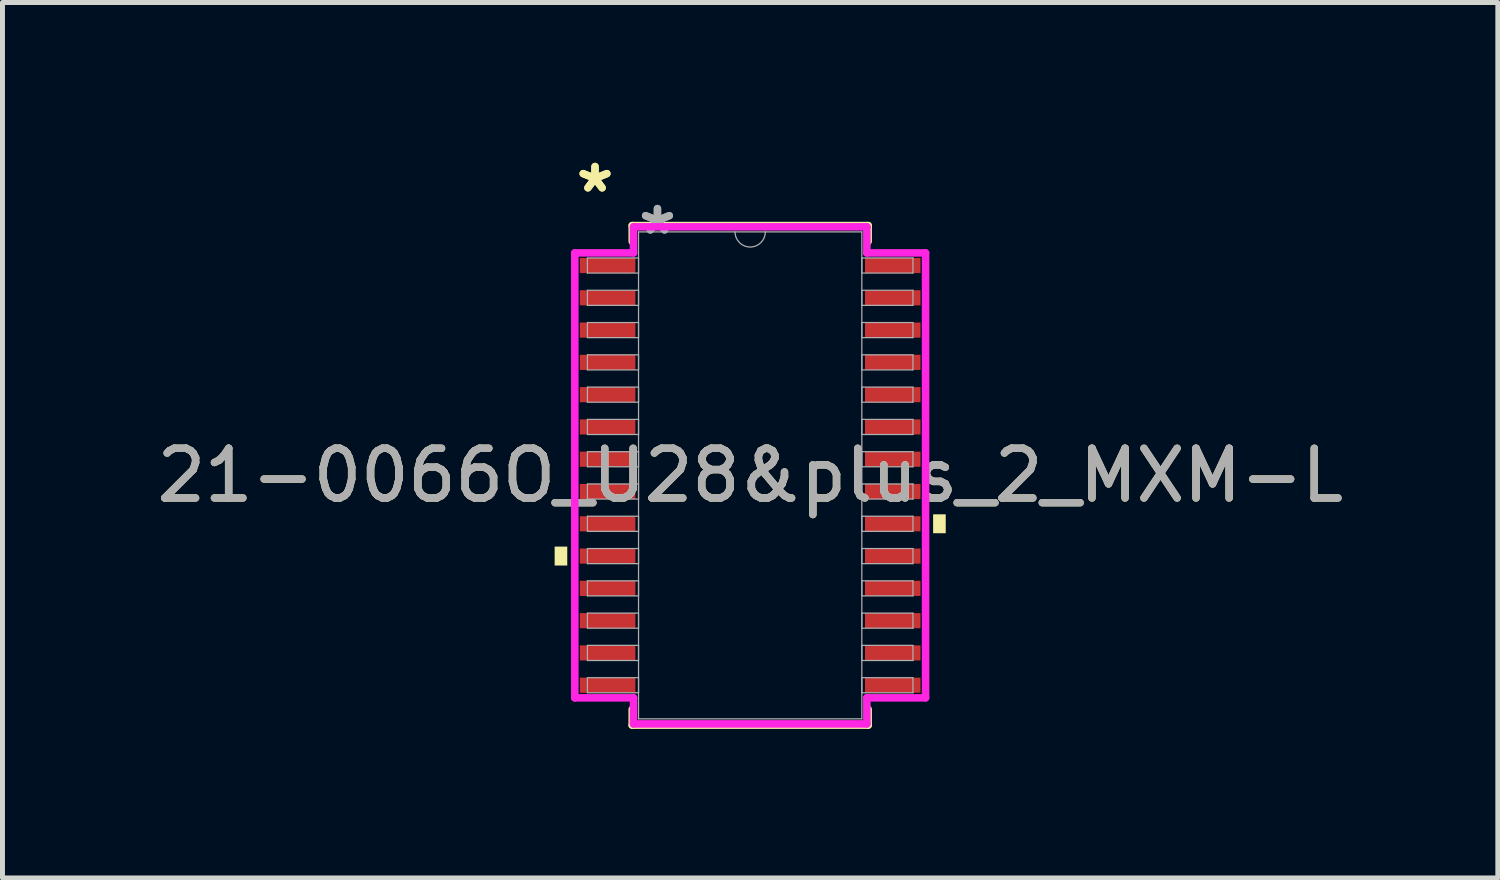
<source format=kicad_pcb>
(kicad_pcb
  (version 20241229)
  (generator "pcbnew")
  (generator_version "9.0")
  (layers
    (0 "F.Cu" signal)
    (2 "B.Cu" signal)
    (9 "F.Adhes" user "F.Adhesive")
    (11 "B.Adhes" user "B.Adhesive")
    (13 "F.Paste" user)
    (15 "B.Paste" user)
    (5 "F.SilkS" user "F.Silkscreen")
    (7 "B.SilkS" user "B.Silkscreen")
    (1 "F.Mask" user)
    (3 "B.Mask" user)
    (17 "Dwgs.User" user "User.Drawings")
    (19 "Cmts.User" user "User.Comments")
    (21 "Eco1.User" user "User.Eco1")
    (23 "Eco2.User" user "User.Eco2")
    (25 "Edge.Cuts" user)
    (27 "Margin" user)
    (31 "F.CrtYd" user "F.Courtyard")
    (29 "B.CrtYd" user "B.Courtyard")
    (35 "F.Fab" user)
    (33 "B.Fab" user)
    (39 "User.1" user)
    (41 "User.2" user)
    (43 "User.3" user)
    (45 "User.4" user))
  (footprint "21-0066O_U28&plus_2_MXM-L"
    (layer "F.Cu")
    (at 12.054 6.521)
    (property "Reference" "21-0066O_U28&plus_2_MXM-L" (at 0 0 0) (unlocked yes) (layer "F.SilkS") (effects (font (size 1 1) (thickness 0.15))))
    (attr smd)
    (fp_line (start -2.375 -5.029) (end -2.375 -4.71) (stroke (width 0.152) (type solid)) (layer "F.SilkS"))
    (fp_line (start -2.375 4.71) (end -2.375 5.029) (stroke (width 0.152) (type solid)) (layer "F.SilkS"))
    (fp_line (start -2.375 5.029) (end 2.375 5.029) (stroke (width 0.152) (type solid)) (layer "F.SilkS"))
    (fp_line (start 2.375 -5.029) (end -2.375 -5.029) (stroke (width 0.152) (type solid)) (layer "F.SilkS"))
    (fp_line (start 2.375 -4.71) (end 2.375 -5.029) (stroke (width 0.152) (type solid)) (layer "F.SilkS"))
    (fp_line (start 2.375 5.029) (end 2.375 4.71) (stroke (width 0.152) (type solid)) (layer "F.SilkS"))
    (fp_poly (pts (xy -3.937 1.434) (xy -3.937 1.815) (xy -3.683 1.815) (xy -3.683 1.434)) (stroke (width 0) (type solid)) (fill yes) (layer "F.SilkS"))
    (fp_poly (pts (xy 3.937 0.784) (xy 3.937 1.165) (xy 3.683 1.165) (xy 3.683 0.784)) (stroke (width 0) (type solid)) (fill yes) (layer "F.SilkS"))
    (fp_line (start -3.531 -4.479) (end -2.349 -4.479) (stroke (width 0.152) (type solid)) (layer "F.CrtYd"))
    (fp_line (start -3.531 4.479) (end -3.531 -4.479) (stroke (width 0.152) (type solid)) (layer "F.CrtYd"))
    (fp_line (start -3.531 4.479) (end -2.349 4.479) (stroke (width 0.152) (type solid)) (layer "F.CrtYd"))
    (fp_line (start -2.349 -5.004) (end 2.349 -5.004) (stroke (width 0.152) (type solid)) (layer "F.CrtYd"))
    (fp_line (start -2.349 -4.479) (end -2.349 -5.004) (stroke (width 0.152) (type solid)) (layer "F.CrtYd"))
    (fp_line (start -2.349 5.004) (end -2.349 4.479) (stroke (width 0.152) (type solid)) (layer "F.CrtYd"))
    (fp_line (start 2.349 -5.004) (end 2.349 -4.479) (stroke (width 0.152) (type solid)) (layer "F.CrtYd"))
    (fp_line (start 2.349 4.479) (end 2.349 5.004) (stroke (width 0.152) (type solid)) (layer "F.CrtYd"))
    (fp_line (start 2.349 5.004) (end -2.349 5.004) (stroke (width 0.152) (type solid)) (layer "F.CrtYd"))
    (fp_line (start 3.531 -4.479) (end 2.349 -4.479) (stroke (width 0.152) (type solid)) (layer "F.CrtYd"))
    (fp_line (start 3.531 -4.479) (end 3.531 4.479) (stroke (width 0.152) (type solid)) (layer "F.CrtYd"))
    (fp_line (start 3.531 4.479) (end 2.349 4.479) (stroke (width 0.152) (type solid)) (layer "F.CrtYd"))
    (fp_line (start -3.277 -4.377) (end -3.277 -4.073) (stroke (width 0.025) (type solid)) (layer "F.Fab"))
    (fp_line (start -3.277 -4.073) (end -2.248 -4.073) (stroke (width 0.025) (type solid)) (layer "F.Fab"))
    (fp_line (start -3.277 -3.727) (end -3.277 -3.423) (stroke (width 0.025) (type solid)) (layer "F.Fab"))
    (fp_line (start -3.277 -3.423) (end -2.248 -3.423) (stroke (width 0.025) (type solid)) (layer "F.Fab"))
    (fp_line (start -3.277 -3.077) (end -3.277 -2.773) (stroke (width 0.025) (type solid)) (layer "F.Fab"))
    (fp_line (start -3.277 -2.773) (end -2.248 -2.773) (stroke (width 0.025) (type solid)) (layer "F.Fab"))
    (fp_line (start -3.277 -2.427) (end -3.277 -2.123) (stroke (width 0.025) (type solid)) (layer "F.Fab"))
    (fp_line (start -3.277 -2.123) (end -2.248 -2.123) (stroke (width 0.025) (type solid)) (layer "F.Fab"))
    (fp_line (start -3.277 -1.777) (end -3.277 -1.473) (stroke (width 0.025) (type solid)) (layer "F.Fab"))
    (fp_line (start -3.277 -1.473) (end -2.248 -1.473) (stroke (width 0.025) (type solid)) (layer "F.Fab"))
    (fp_line (start -3.277 -1.127) (end -3.277 -0.823) (stroke (width 0.025) (type solid)) (layer "F.Fab"))
    (fp_line (start -3.277 -0.823) (end -2.248 -0.823) (stroke (width 0.025) (type solid)) (layer "F.Fab"))
    (fp_line (start -3.277 -0.477) (end -3.277 -0.173) (stroke (width 0.025) (type solid)) (layer "F.Fab"))
    (fp_line (start -3.277 -0.173) (end -2.248 -0.173) (stroke (width 0.025) (type solid)) (layer "F.Fab"))
    (fp_line (start -3.277 0.173) (end -3.277 0.477) (stroke (width 0.025) (type solid)) (layer "F.Fab"))
    (fp_line (start -3.277 0.477) (end -2.248 0.477) (stroke (width 0.025) (type solid)) (layer "F.Fab"))
    (fp_line (start -3.277 0.823) (end -3.277 1.127) (stroke (width 0.025) (type solid)) (layer "F.Fab"))
    (fp_line (start -3.277 1.127) (end -2.248 1.127) (stroke (width 0.025) (type solid)) (layer "F.Fab"))
    (fp_line (start -3.277 1.473) (end -3.277 1.777) (stroke (width 0.025) (type solid)) (layer "F.Fab"))
    (fp_line (start -3.277 1.777) (end -2.248 1.777) (stroke (width 0.025) (type solid)) (layer "F.Fab"))
    (fp_line (start -3.277 2.123) (end -3.277 2.427) (stroke (width 0.025) (type solid)) (layer "F.Fab"))
    (fp_line (start -3.277 2.427) (end -2.248 2.427) (stroke (width 0.025) (type solid)) (layer "F.Fab"))
    (fp_line (start -3.277 2.773) (end -3.277 3.077) (stroke (width 0.025) (type solid)) (layer "F.Fab"))
    (fp_line (start -3.277 3.077) (end -2.248 3.077) (stroke (width 0.025) (type solid)) (layer "F.Fab"))
    (fp_line (start -3.277 3.423) (end -3.277 3.727) (stroke (width 0.025) (type solid)) (layer "F.Fab"))
    (fp_line (start -3.277 3.727) (end -2.248 3.727) (stroke (width 0.025) (type solid)) (layer "F.Fab"))
    (fp_line (start -3.277 4.073) (end -3.277 4.377) (stroke (width 0.025) (type solid)) (layer "F.Fab"))
    (fp_line (start -3.277 4.377) (end -2.248 4.377) (stroke (width 0.025) (type solid)) (layer "F.Fab"))
    (fp_line (start -2.248 -4.902) (end -2.248 4.902) (stroke (width 0.025) (type solid)) (layer "F.Fab"))
    (fp_line (start -2.248 -4.377) (end -3.277 -4.377) (stroke (width 0.025) (type solid)) (layer "F.Fab"))
    (fp_line (start -2.248 -4.073) (end -2.248 -4.377) (stroke (width 0.025) (type solid)) (layer "F.Fab"))
    (fp_line (start -2.248 -3.727) (end -3.277 -3.727) (stroke (width 0.025) (type solid)) (layer "F.Fab"))
    (fp_line (start -2.248 -3.423) (end -2.248 -3.727) (stroke (width 0.025) (type solid)) (layer "F.Fab"))
    (fp_line (start -2.248 -3.077) (end -3.277 -3.077) (stroke (width 0.025) (type solid)) (layer "F.Fab"))
    (fp_line (start -2.248 -2.773) (end -2.248 -3.077) (stroke (width 0.025) (type solid)) (layer "F.Fab"))
    (fp_line (start -2.248 -2.427) (end -3.277 -2.427) (stroke (width 0.025) (type solid)) (layer "F.Fab"))
    (fp_line (start -2.248 -2.123) (end -2.248 -2.427) (stroke (width 0.025) (type solid)) (layer "F.Fab"))
    (fp_line (start -2.248 -1.777) (end -3.277 -1.777) (stroke (width 0.025) (type solid)) (layer "F.Fab"))
    (fp_line (start -2.248 -1.473) (end -2.248 -1.777) (stroke (width 0.025) (type solid)) (layer "F.Fab"))
    (fp_line (start -2.248 -1.127) (end -3.277 -1.127) (stroke (width 0.025) (type solid)) (layer "F.Fab"))
    (fp_line (start -2.248 -0.823) (end -2.248 -1.127) (stroke (width 0.025) (type solid)) (layer "F.Fab"))
    (fp_line (start -2.248 -0.477) (end -3.277 -0.477) (stroke (width 0.025) (type solid)) (layer "F.Fab"))
    (fp_line (start -2.248 -0.173) (end -2.248 -0.477) (stroke (width 0.025) (type solid)) (layer "F.Fab"))
    (fp_line (start -2.248 0.173) (end -3.277 0.173) (stroke (width 0.025) (type solid)) (layer "F.Fab"))
    (fp_line (start -2.248 0.477) (end -2.248 0.173) (stroke (width 0.025) (type solid)) (layer "F.Fab"))
    (fp_line (start -2.248 0.823) (end -3.277 0.823) (stroke (width 0.025) (type solid)) (layer "F.Fab"))
    (fp_line (start -2.248 1.127) (end -2.248 0.823) (stroke (width 0.025) (type solid)) (layer "F.Fab"))
    (fp_line (start -2.248 1.473) (end -3.277 1.473) (stroke (width 0.025) (type solid)) (layer "F.Fab"))
    (fp_line (start -2.248 1.777) (end -2.248 1.473) (stroke (width 0.025) (type solid)) (layer "F.Fab"))
    (fp_line (start -2.248 2.123) (end -3.277 2.123) (stroke (width 0.025) (type solid)) (layer "F.Fab"))
    (fp_line (start -2.248 2.427) (end -2.248 2.123) (stroke (width 0.025) (type solid)) (layer "F.Fab"))
    (fp_line (start -2.248 2.773) (end -3.277 2.773) (stroke (width 0.025) (type solid)) (layer "F.Fab"))
    (fp_line (start -2.248 3.077) (end -2.248 2.773) (stroke (width 0.025) (type solid)) (layer "F.Fab"))
    (fp_line (start -2.248 3.423) (end -3.277 3.423) (stroke (width 0.025) (type solid)) (layer "F.Fab"))
    (fp_line (start -2.248 3.727) (end -2.248 3.423) (stroke (width 0.025) (type solid)) (layer "F.Fab"))
    (fp_line (start -2.248 4.073) (end -3.277 4.073) (stroke (width 0.025) (type solid)) (layer "F.Fab"))
    (fp_line (start -2.248 4.377) (end -2.248 4.073) (stroke (width 0.025) (type solid)) (layer "F.Fab"))
    (fp_line (start -2.248 4.902) (end 2.248 4.902) (stroke (width 0.025) (type solid)) (layer "F.Fab"))
    (fp_line (start 2.248 -4.902) (end -2.248 -4.902) (stroke (width 0.025) (type solid)) (layer "F.Fab"))
    (fp_line (start 2.248 -4.377) (end 2.248 -4.073) (stroke (width 0.025) (type solid)) (layer "F.Fab"))
    (fp_line (start 2.248 -4.073) (end 3.277 -4.073) (stroke (width 0.025) (type solid)) (layer "F.Fab"))
    (fp_line (start 2.248 -3.727) (end 2.248 -3.423) (stroke (width 0.025) (type solid)) (layer "F.Fab"))
    (fp_line (start 2.248 -3.423) (end 3.277 -3.423) (stroke (width 0.025) (type solid)) (layer "F.Fab"))
    (fp_line (start 2.248 -3.077) (end 2.248 -2.773) (stroke (width 0.025) (type solid)) (layer "F.Fab"))
    (fp_line (start 2.248 -2.773) (end 3.277 -2.773) (stroke (width 0.025) (type solid)) (layer "F.Fab"))
    (fp_line (start 2.248 -2.427) (end 2.248 -2.123) (stroke (width 0.025) (type solid)) (layer "F.Fab"))
    (fp_line (start 2.248 -2.123) (end 3.277 -2.123) (stroke (width 0.025) (type solid)) (layer "F.Fab"))
    (fp_line (start 2.248 -1.777) (end 2.248 -1.473) (stroke (width 0.025) (type solid)) (layer "F.Fab"))
    (fp_line (start 2.248 -1.473) (end 3.277 -1.473) (stroke (width 0.025) (type solid)) (layer "F.Fab"))
    (fp_line (start 2.248 -1.127) (end 2.248 -0.823) (stroke (width 0.025) (type solid)) (layer "F.Fab"))
    (fp_line (start 2.248 -0.823) (end 3.277 -0.823) (stroke (width 0.025) (type solid)) (layer "F.Fab"))
    (fp_line (start 2.248 -0.477) (end 2.248 -0.173) (stroke (width 0.025) (type solid)) (layer "F.Fab"))
    (fp_line (start 2.248 -0.173) (end 3.277 -0.173) (stroke (width 0.025) (type solid)) (layer "F.Fab"))
    (fp_line (start 2.248 0.173) (end 2.248 0.477) (stroke (width 0.025) (type solid)) (layer "F.Fab"))
    (fp_line (start 2.248 0.477) (end 3.277 0.477) (stroke (width 0.025) (type solid)) (layer "F.Fab"))
    (fp_line (start 2.248 0.823) (end 2.248 1.127) (stroke (width 0.025) (type solid)) (layer "F.Fab"))
    (fp_line (start 2.248 1.127) (end 3.277 1.127) (stroke (width 0.025) (type solid)) (layer "F.Fab"))
    (fp_line (start 2.248 1.473) (end 2.248 1.777) (stroke (width 0.025) (type solid)) (layer "F.Fab"))
    (fp_line (start 2.248 1.777) (end 3.277 1.777) (stroke (width 0.025) (type solid)) (layer "F.Fab"))
    (fp_line (start 2.248 2.123) (end 2.248 2.427) (stroke (width 0.025) (type solid)) (layer "F.Fab"))
    (fp_line (start 2.248 2.427) (end 3.277 2.427) (stroke (width 0.025) (type solid)) (layer "F.Fab"))
    (fp_line (start 2.248 2.773) (end 2.248 3.077) (stroke (width 0.025) (type solid)) (layer "F.Fab"))
    (fp_line (start 2.248 3.077) (end 3.277 3.077) (stroke (width 0.025) (type solid)) (layer "F.Fab"))
    (fp_line (start 2.248 3.423) (end 2.248 3.727) (stroke (width 0.025) (type solid)) (layer "F.Fab"))
    (fp_line (start 2.248 3.727) (end 3.277 3.727) (stroke (width 0.025) (type solid)) (layer "F.Fab"))
    (fp_line (start 2.248 4.073) (end 2.248 4.377) (stroke (width 0.025) (type solid)) (layer "F.Fab"))
    (fp_line (start 2.248 4.377) (end 3.277 4.377) (stroke (width 0.025) (type solid)) (layer "F.Fab"))
    (fp_line (start 2.248 4.902) (end 2.248 -4.902) (stroke (width 0.025) (type solid)) (layer "F.Fab"))
    (fp_line (start 3.277 -4.377) (end 2.248 -4.377) (stroke (width 0.025) (type solid)) (layer "F.Fab"))
    (fp_line (start 3.277 -4.073) (end 3.277 -4.377) (stroke (width 0.025) (type solid)) (layer "F.Fab"))
    (fp_line (start 3.277 -3.727) (end 2.248 -3.727) (stroke (width 0.025) (type solid)) (layer "F.Fab"))
    (fp_line (start 3.277 -3.423) (end 3.277 -3.727) (stroke (width 0.025) (type solid)) (layer "F.Fab"))
    (fp_line (start 3.277 -3.077) (end 2.248 -3.077) (stroke (width 0.025) (type solid)) (layer "F.Fab"))
    (fp_line (start 3.277 -2.773) (end 3.277 -3.077) (stroke (width 0.025) (type solid)) (layer "F.Fab"))
    (fp_line (start 3.277 -2.427) (end 2.248 -2.427) (stroke (width 0.025) (type solid)) (layer "F.Fab"))
    (fp_line (start 3.277 -2.123) (end 3.277 -2.427) (stroke (width 0.025) (type solid)) (layer "F.Fab"))
    (fp_line (start 3.277 -1.777) (end 2.248 -1.777) (stroke (width 0.025) (type solid)) (layer "F.Fab"))
    (fp_line (start 3.277 -1.473) (end 3.277 -1.777) (stroke (width 0.025) (type solid)) (layer "F.Fab"))
    (fp_line (start 3.277 -1.127) (end 2.248 -1.127) (stroke (width 0.025) (type solid)) (layer "F.Fab"))
    (fp_line (start 3.277 -0.823) (end 3.277 -1.127) (stroke (width 0.025) (type solid)) (layer "F.Fab"))
    (fp_line (start 3.277 -0.477) (end 2.248 -0.477) (stroke (width 0.025) (type solid)) (layer "F.Fab"))
    (fp_line (start 3.277 -0.173) (end 3.277 -0.477) (stroke (width 0.025) (type solid)) (layer "F.Fab"))
    (fp_line (start 3.277 0.173) (end 2.248 0.173) (stroke (width 0.025) (type solid)) (layer "F.Fab"))
    (fp_line (start 3.277 0.477) (end 3.277 0.173) (stroke (width 0.025) (type solid)) (layer "F.Fab"))
    (fp_line (start 3.277 0.823) (end 2.248 0.823) (stroke (width 0.025) (type solid)) (layer "F.Fab"))
    (fp_line (start 3.277 1.127) (end 3.277 0.823) (stroke (width 0.025) (type solid)) (layer "F.Fab"))
    (fp_line (start 3.277 1.473) (end 2.248 1.473) (stroke (width 0.025) (type solid)) (layer "F.Fab"))
    (fp_line (start 3.277 1.777) (end 3.277 1.473) (stroke (width 0.025) (type solid)) (layer "F.Fab"))
    (fp_line (start 3.277 2.123) (end 2.248 2.123) (stroke (width 0.025) (type solid)) (layer "F.Fab"))
    (fp_line (start 3.277 2.427) (end 3.277 2.123) (stroke (width 0.025) (type solid)) (layer "F.Fab"))
    (fp_line (start 3.277 2.773) (end 2.248 2.773) (stroke (width 0.025) (type solid)) (layer "F.Fab"))
    (fp_line (start 3.277 3.077) (end 3.277 2.773) (stroke (width 0.025) (type solid)) (layer "F.Fab"))
    (fp_line (start 3.277 3.423) (end 2.248 3.423) (stroke (width 0.025) (type solid)) (layer "F.Fab"))
    (fp_line (start 3.277 3.727) (end 3.277 3.423) (stroke (width 0.025) (type solid)) (layer "F.Fab"))
    (fp_line (start 3.277 4.073) (end 2.248 4.073) (stroke (width 0.025) (type solid)) (layer "F.Fab"))
    (fp_line (start 3.277 4.377) (end 3.277 4.073) (stroke (width 0.025) (type solid)) (layer "F.Fab"))
    (fp_arc (start 0.3048 -4.9022) (mid 0 -4.5974) (end -0.3048 -4.9022) (stroke (width 0.0254) (type solid)) (layer "F.Fab"))
    (fp_text user "*" (at -3.124 -5.673 0) (layer "F.SilkS") (effects (font (size 1 1) (thickness 0.15))))
    (fp_text user "*" (at -3.124 -5.673 0) (unlocked yes) (layer "F.SilkS") (effects (font (size 1 1) (thickness 0.15))))
    (fp_text user "${REFERENCE}" (at 0 0 0) (unlocked yes) (layer "F.Fab") (effects (font (size 1 1) (thickness 0.15))))
    (fp_text user "*" (at -1.867 -4.826 0) (layer "F.Fab") (effects (font (size 1 1) (thickness 0.15))))
    (fp_text user "*" (at -1.867 -4.826 0) (unlocked yes) (layer "F.Fab") (effects (font (size 1 1) (thickness 0.15))))
    (pad "1" smd rect (at -2.87 -4.225) (size 1.118 0.305) (layers "F.Cu" "F.Mask" "F.Paste"))
    (pad "2" smd rect (at -2.87 -3.575) (size 1.118 0.305) (layers "F.Cu" "F.Mask" "F.Paste"))
    (pad "3" smd rect (at -2.87 -2.925) (size 1.118 0.305) (layers "F.Cu" "F.Mask" "F.Paste"))
    (pad "4" smd rect (at -2.87 -2.275) (size 1.118 0.305) (layers "F.Cu" "F.Mask" "F.Paste"))
    (pad "5" smd rect (at -2.87 -1.625) (size 1.118 0.305) (layers "F.Cu" "F.Mask" "F.Paste"))
    (pad "6" smd rect (at -2.87 -0.975) (size 1.118 0.305) (layers "F.Cu" "F.Mask" "F.Paste"))
    (pad "7" smd rect (at -2.87 -0.325) (size 1.118 0.305) (layers "F.Cu" "F.Mask" "F.Paste"))
    (pad "8" smd rect (at -2.87 0.325) (size 1.118 0.305) (layers "F.Cu" "F.Mask" "F.Paste"))
    (pad "9" smd rect (at -2.87 0.975) (size 1.118 0.305) (layers "F.Cu" "F.Mask" "F.Paste"))
    (pad "10" smd rect (at -2.87 1.625) (size 1.118 0.305) (layers "F.Cu" "F.Mask" "F.Paste"))
    (pad "11" smd rect (at -2.87 2.275) (size 1.118 0.305) (layers "F.Cu" "F.Mask" "F.Paste"))
    (pad "12" smd rect (at -2.87 2.925) (size 1.118 0.305) (layers "F.Cu" "F.Mask" "F.Paste"))
    (pad "13" smd rect (at -2.87 3.575) (size 1.118 0.305) (layers "F.Cu" "F.Mask" "F.Paste"))
    (pad "14" smd rect (at -2.87 4.225) (size 1.118 0.305) (layers "F.Cu" "F.Mask" "F.Paste"))
    (pad "15" smd rect (at 2.87 4.225) (size 1.118 0.305) (layers "F.Cu" "F.Mask" "F.Paste"))
    (pad "16" smd rect (at 2.87 3.575) (size 1.118 0.305) (layers "F.Cu" "F.Mask" "F.Paste"))
    (pad "17" smd rect (at 2.87 2.925) (size 1.118 0.305) (layers "F.Cu" "F.Mask" "F.Paste"))
    (pad "18" smd rect (at 2.87 2.275) (size 1.118 0.305) (layers "F.Cu" "F.Mask" "F.Paste"))
    (pad "19" smd rect (at 2.87 1.625) (size 1.118 0.305) (layers "F.Cu" "F.Mask" "F.Paste"))
    (pad "20" smd rect (at 2.87 0.975) (size 1.118 0.305) (layers "F.Cu" "F.Mask" "F.Paste"))
    (pad "21" smd rect (at 2.87 0.325) (size 1.118 0.305) (layers "F.Cu" "F.Mask" "F.Paste"))
    (pad "22" smd rect (at 2.87 -0.325) (size 1.118 0.305) (layers "F.Cu" "F.Mask" "F.Paste"))
    (pad "23" smd rect (at 2.87 -0.975) (size 1.118 0.305) (layers "F.Cu" "F.Mask" "F.Paste"))
    (pad "24" smd rect (at 2.87 -1.625) (size 1.118 0.305) (layers "F.Cu" "F.Mask" "F.Paste"))
    (pad "25" smd rect (at 2.87 -2.275) (size 1.118 0.305) (layers "F.Cu" "F.Mask" "F.Paste"))
    (pad "26" smd rect (at 2.87 -2.925) (size 1.118 0.305) (layers "F.Cu" "F.Mask" "F.Paste"))
    (pad "27" smd rect (at 2.87 -3.575) (size 1.118 0.305) (layers "F.Cu" "F.Mask" "F.Paste"))
    (pad "28" smd rect (at 2.87 -4.225) (size 1.118 0.305) (layers "F.Cu" "F.Mask" "F.Paste")))
  (gr_rect
    (start -3 -3)
    (end 27.107 14.626)
    (stroke (width 0.1) (type default))
    (fill no)
    (layer "Edge.Cuts")))
</source>
